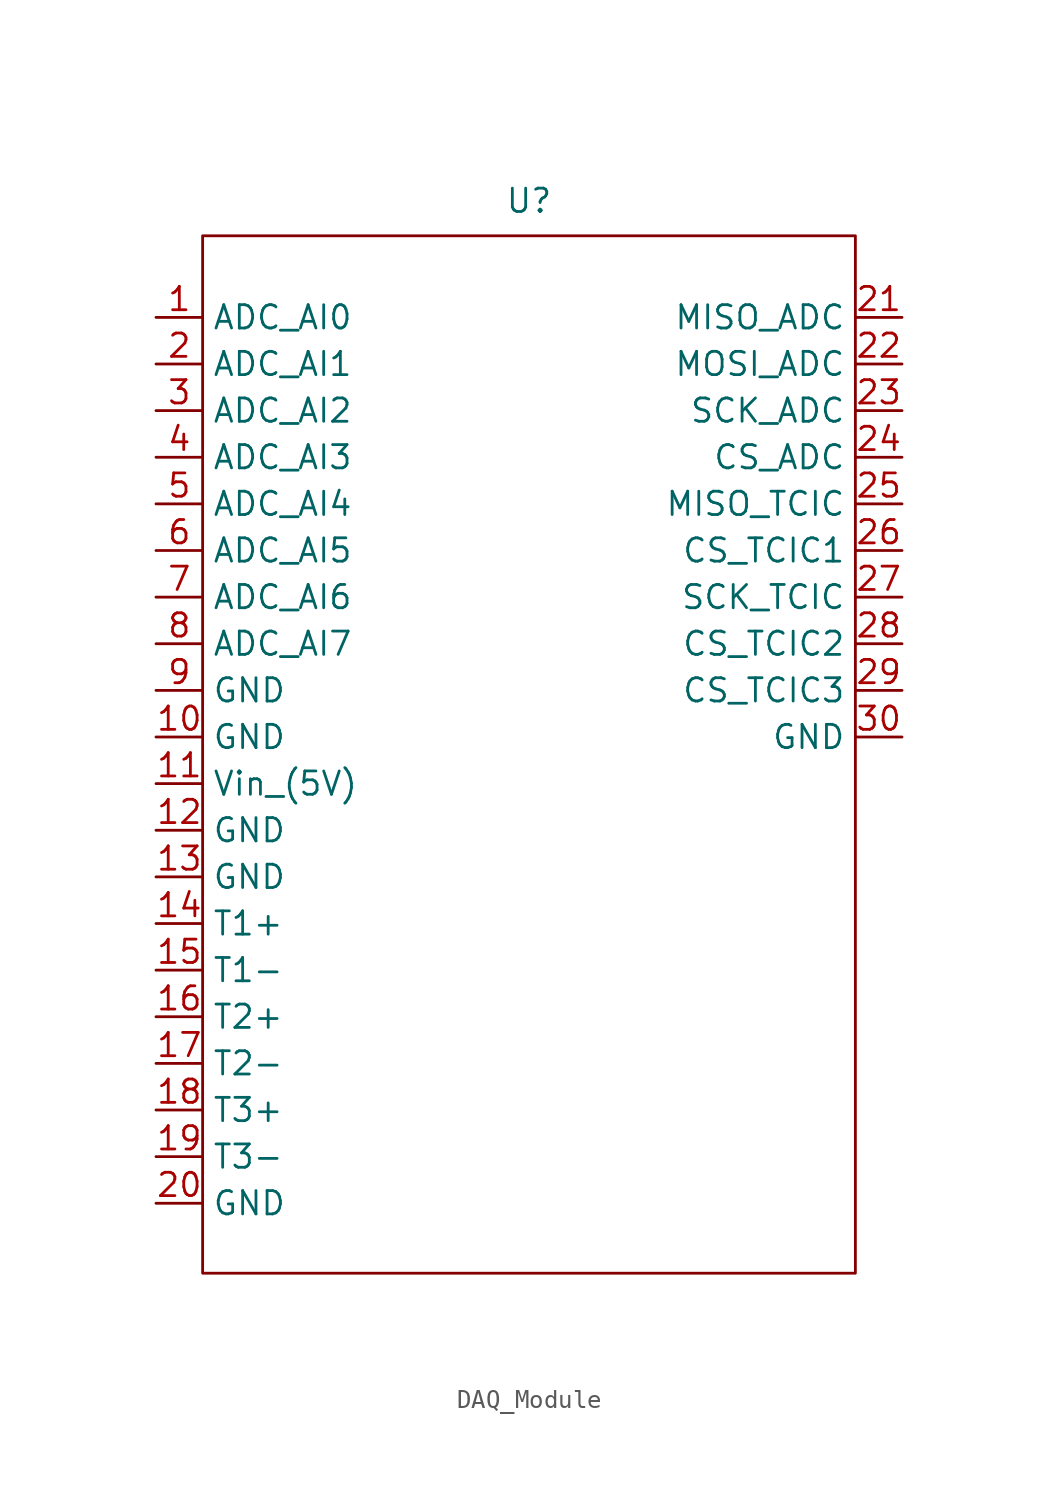
<source format=kicad_sym>
(kicad_symbol_lib
  (version 20241209)
  (generator "kicad_symbol_editor")
  (generator_version "9.0")
  (symbol "DAQ_Module"
    (property "Reference" "U"
      (at 0 0 0)
      (effects (font (size 1.27 1.27))))
    (property "Value" ""
      (at 0 0 0)
      (effects (font (size 1.27 1.27))))
    (symbol "DAQ_Module_0_1"
      (rectangle (start -17.78 -1.905) (end 17.78 -58.42) (stroke (width 0) (type default)) (fill (type none))))
    (symbol "DAQ_Module_1_1"
      (pin input line (at -20.32 -6.35 0) (length 2.54) (name "ADC_AI0" (effects (font (size 1.27 1.27)))) (number "1" (effects (font (size 1.27 1.27)))))
      (pin input line (at -20.32 -8.89 0) (length 2.54) (name "ADC_AI1" (effects (font (size 1.27 1.27)))) (number "2" (effects (font (size 1.27 1.27)))))
      (pin input line (at -20.32 -11.43 0) (length 2.54) (name "ADC_AI2" (effects (font (size 1.27 1.27)))) (number "3" (effects (font (size 1.27 1.27)))))
      (pin input line (at -20.32 -13.97 0) (length 2.54) (name "ADC_AI3" (effects (font (size 1.27 1.27)))) (number "4" (effects (font (size 1.27 1.27)))))
      (pin input line (at -20.32 -16.51 0) (length 2.54) (name "ADC_AI4" (effects (font (size 1.27 1.27)))) (number "5" (effects (font (size 1.27 1.27)))))
      (pin input line (at -20.32 -19.05 0) (length 2.54) (name "ADC_AI5" (effects (font (size 1.27 1.27)))) (number "6" (effects (font (size 1.27 1.27)))))
      (pin input line (at -20.32 -21.59 0) (length 2.54) (name "ADC_AI6" (effects (font (size 1.27 1.27)))) (number "7" (effects (font (size 1.27 1.27)))))
      (pin input line (at -20.32 -24.13 0) (length 2.54) (name "ADC_AI7" (effects (font (size 1.27 1.27)))) (number "8" (effects (font (size 1.27 1.27)))))
      (pin power_in line (at -20.32 -26.67 0) (length 2.54) (name "GND" (effects (font (size 1.27 1.27)))) (number "9" (effects (font (size 1.27 1.27)))))
      (pin power_in line (at -20.32 -29.21 0) (length 2.54) (name "GND" (effects (font (size 1.27 1.27)))) (number "10" (effects (font (size 1.27 1.27)))))
      (pin power_in line (at -20.32 -31.75 0) (length 2.54) (name "Vin_(5V)" (effects (font (size 1.27 1.27)))) (number "11" (effects (font (size 1.27 1.27)))))
      (pin power_in line (at -20.32 -34.29 0) (length 2.54) (name "GND" (effects (font (size 1.27 1.27)))) (number "12" (effects (font (size 1.27 1.27)))))
      (pin power_in line (at -20.32 -36.83 0) (length 2.54) (name "GND" (effects (font (size 1.27 1.27)))) (number "13" (effects (font (size 1.27 1.27)))))
      (pin input line (at -20.32 -39.37 0) (length 2.54) (name "T1+" (effects (font (size 1.27 1.27)))) (number "14" (effects (font (size 1.27 1.27)))))
      (pin input line (at -20.32 -41.91 0) (length 2.54) (name "T1-" (effects (font (size 1.27 1.27)))) (number "15" (effects (font (size 1.27 1.27)))))
      (pin input line (at -20.32 -44.45 0) (length 2.54) (name "T2+" (effects (font (size 1.27 1.27)))) (number "16" (effects (font (size 1.27 1.27)))))
      (pin input line (at -20.32 -46.99 0) (length 2.54) (name "T2-" (effects (font (size 1.27 1.27)))) (number "17" (effects (font (size 1.27 1.27)))))
      (pin input line (at -20.32 -49.53 0) (length 2.54) (name "T3+" (effects (font (size 1.27 1.27)))) (number "18" (effects (font (size 1.27 1.27)))))
      (pin input line (at -20.32 -52.07 0) (length 2.54) (name "T3-" (effects (font (size 1.27 1.27)))) (number "19" (effects (font (size 1.27 1.27)))))
      (pin power_in line (at -20.32 -54.61 0) (length 2.54) (name "GND" (effects (font (size 1.27 1.27)))) (number "20" (effects (font (size 1.27 1.27)))))
      (pin output line (at 20.32 -6.35 180) (length 2.54) (name "MISO_ADC" (effects (font (size 1.27 1.27)))) (number "21" (effects (font (size 1.27 1.27)))))
      (pin input line (at 20.32 -8.89 180) (length 2.54) (name "MOSI_ADC" (effects (font (size 1.27 1.27)))) (number "22" (effects (font (size 1.27 1.27)))))
      (pin input line (at 20.32 -11.43 180) (length 2.54) (name "SCK_ADC" (effects (font (size 1.27 1.27)))) (number "23" (effects (font (size 1.27 1.27)))))
      (pin input line (at 20.32 -13.97 180) (length 2.54) (name "CS_ADC" (effects (font (size 1.27 1.27)))) (number "24" (effects (font (size 1.27 1.27)))))
      (pin output line (at 20.32 -16.51 180) (length 2.54) (name "MISO_TCIC" (effects (font (size 1.27 1.27)))) (number "25" (effects (font (size 1.27 1.27)))))
      (pin input line (at 20.32 -19.05 180) (length 2.54) (name "CS_TCIC1" (effects (font (size 1.27 1.27)))) (number "26" (effects (font (size 1.27 1.27)))))
      (pin input line (at 20.32 -21.59 180) (length 2.54) (name "SCK_TCIC" (effects (font (size 1.27 1.27)))) (number "27" (effects (font (size 1.27 1.27)))))
      (pin input line (at 20.32 -24.13 180) (length 2.54) (name "CS_TCIC2" (effects (font (size 1.27 1.27)))) (number "28" (effects (font (size 1.27 1.27)))))
      (pin input line (at 20.32 -26.67 180) (length 2.54) (name "CS_TCIC3" (effects (font (size 1.27 1.27)))) (number "29" (effects (font (size 1.27 1.27)))))
      (pin power_in line (at 20.32 -29.21 180) (length 2.54) (name "GND" (effects (font (size 1.27 1.27)))) (number "30" (effects (font (size 1.27 1.27))))))))
</source>
